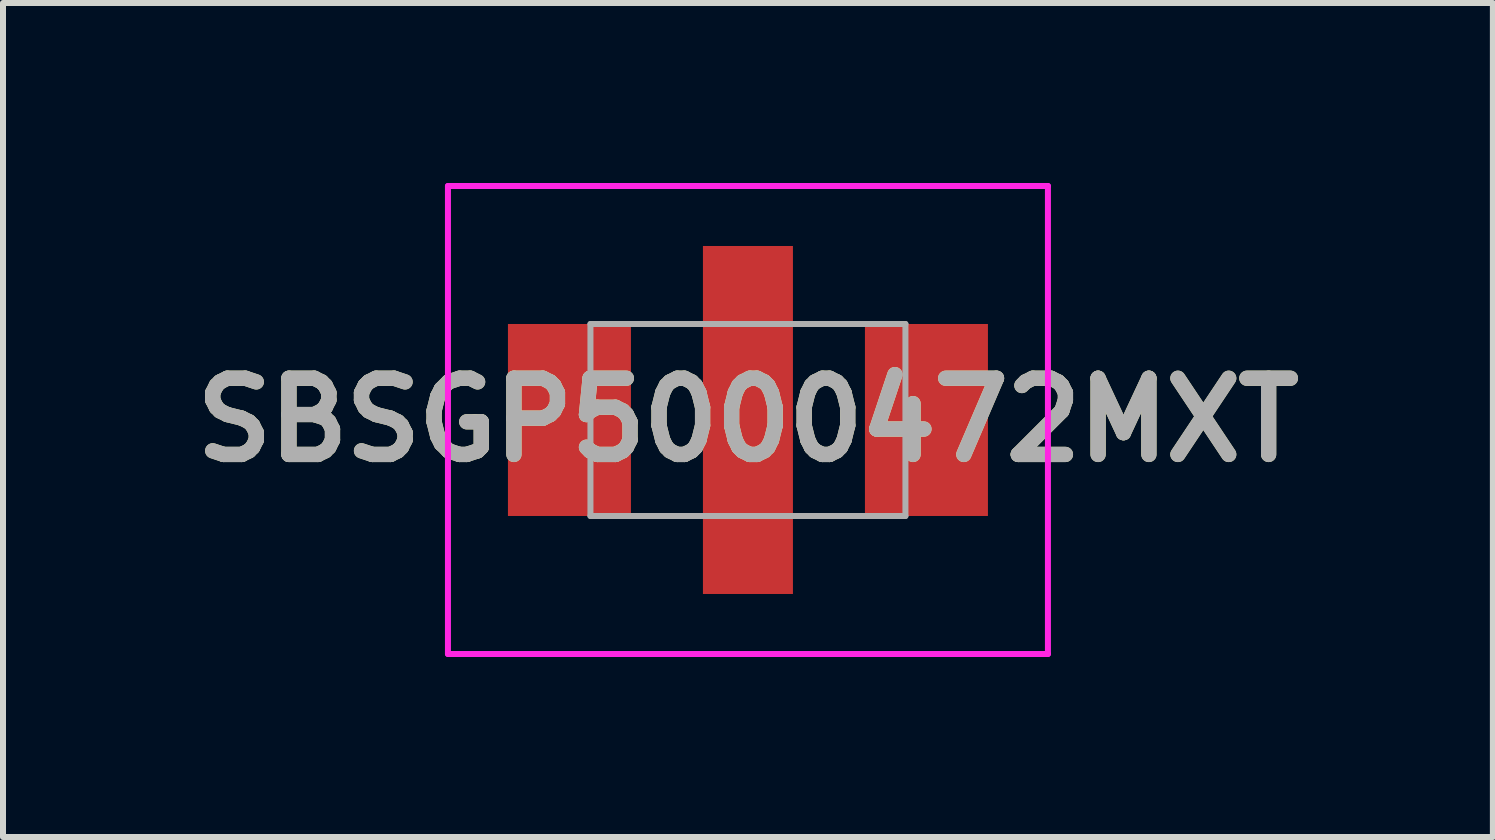
<source format=kicad_pcb>
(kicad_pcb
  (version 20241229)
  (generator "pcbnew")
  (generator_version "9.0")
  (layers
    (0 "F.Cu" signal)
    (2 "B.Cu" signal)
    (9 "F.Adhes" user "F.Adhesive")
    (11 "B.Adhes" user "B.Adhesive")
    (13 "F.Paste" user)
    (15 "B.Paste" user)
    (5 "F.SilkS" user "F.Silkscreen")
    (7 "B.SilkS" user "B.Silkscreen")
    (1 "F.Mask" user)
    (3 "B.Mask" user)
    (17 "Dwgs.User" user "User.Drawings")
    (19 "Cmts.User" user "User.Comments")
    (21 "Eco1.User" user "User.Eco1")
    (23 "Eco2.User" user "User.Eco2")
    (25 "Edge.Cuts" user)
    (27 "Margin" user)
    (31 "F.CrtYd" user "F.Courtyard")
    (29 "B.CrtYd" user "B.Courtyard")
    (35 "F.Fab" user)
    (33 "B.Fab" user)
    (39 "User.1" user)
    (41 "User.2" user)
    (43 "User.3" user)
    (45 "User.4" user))
  (footprint "SBSGP5000472MXT"
    (layer "F.Cu")
    (at 9.416 3.95)
    (property "Reference" "SBSGP5000472MXT" (at 0 0 0) (layer "F.SilkS") (effects (font (size 1.27 1.27) (thickness 0.254))))
    (attr smd)
    (fp_line (start -4.6 0) (end -4.6 0) (stroke (width 0.1) (type solid)) (layer "F.SilkS"))
    (fp_line (start -4.5 0) (end -4.5 0) (stroke (width 0.1) (type solid)) (layer "F.SilkS"))
    (fp_arc (start -4.6 0) (mid -4.55 -0.05) (end -4.5 0) (stroke (width 0.1) (type solid)) (layer "F.SilkS"))
    (fp_arc (start -4.5 0) (mid -4.55 0.05) (end -4.6 0) (stroke (width 0.1) (type solid)) (layer "F.SilkS"))
    (fp_line (start -5 -3.9) (end 5 -3.9) (stroke (width 0.1) (type solid)) (layer "F.CrtYd"))
    (fp_line (start -5 3.9) (end -5 -3.9) (stroke (width 0.1) (type solid)) (layer "F.CrtYd"))
    (fp_line (start 5 -3.9) (end 5 3.9) (stroke (width 0.1) (type solid)) (layer "F.CrtYd"))
    (fp_line (start 5 3.9) (end -5 3.9) (stroke (width 0.1) (type solid)) (layer "F.CrtYd"))
    (fp_line (start -2.625 -1.6) (end 2.625 -1.6) (stroke (width 0.1) (type solid)) (layer "F.Fab"))
    (fp_line (start -2.625 1.6) (end -2.625 -1.6) (stroke (width 0.1) (type solid)) (layer "F.Fab"))
    (fp_line (start 2.625 -1.6) (end 2.625 1.6) (stroke (width 0.1) (type solid)) (layer "F.Fab"))
    (fp_line (start 2.625 1.6) (end -2.625 1.6) (stroke (width 0.1) (type solid)) (layer "F.Fab"))
    (fp_text user "${REFERENCE}" (at 0 0 0) (layer "F.Fab") (effects (font (size 1.27 1.27) (thickness 0.254))))
    (pad "1" smd rect (at -2.975 0) (size 2.05 3.2) (layers "F.Cu" "F.Mask" "F.Paste"))
    (pad "2" smd rect (at 2.975 0) (size 2.05 3.2) (layers "F.Cu" "F.Mask" "F.Paste"))
    (pad "3" smd rect (at 0 0) (size 1.5 5.8) (layers "F.Cu" "F.Mask" "F.Paste")))
  (gr_rect
    (start -3 -3)
    (end 21.832 10.9)
    (stroke (width 0.1) (type default))
    (fill no)
    (layer "Edge.Cuts")))
</source>
